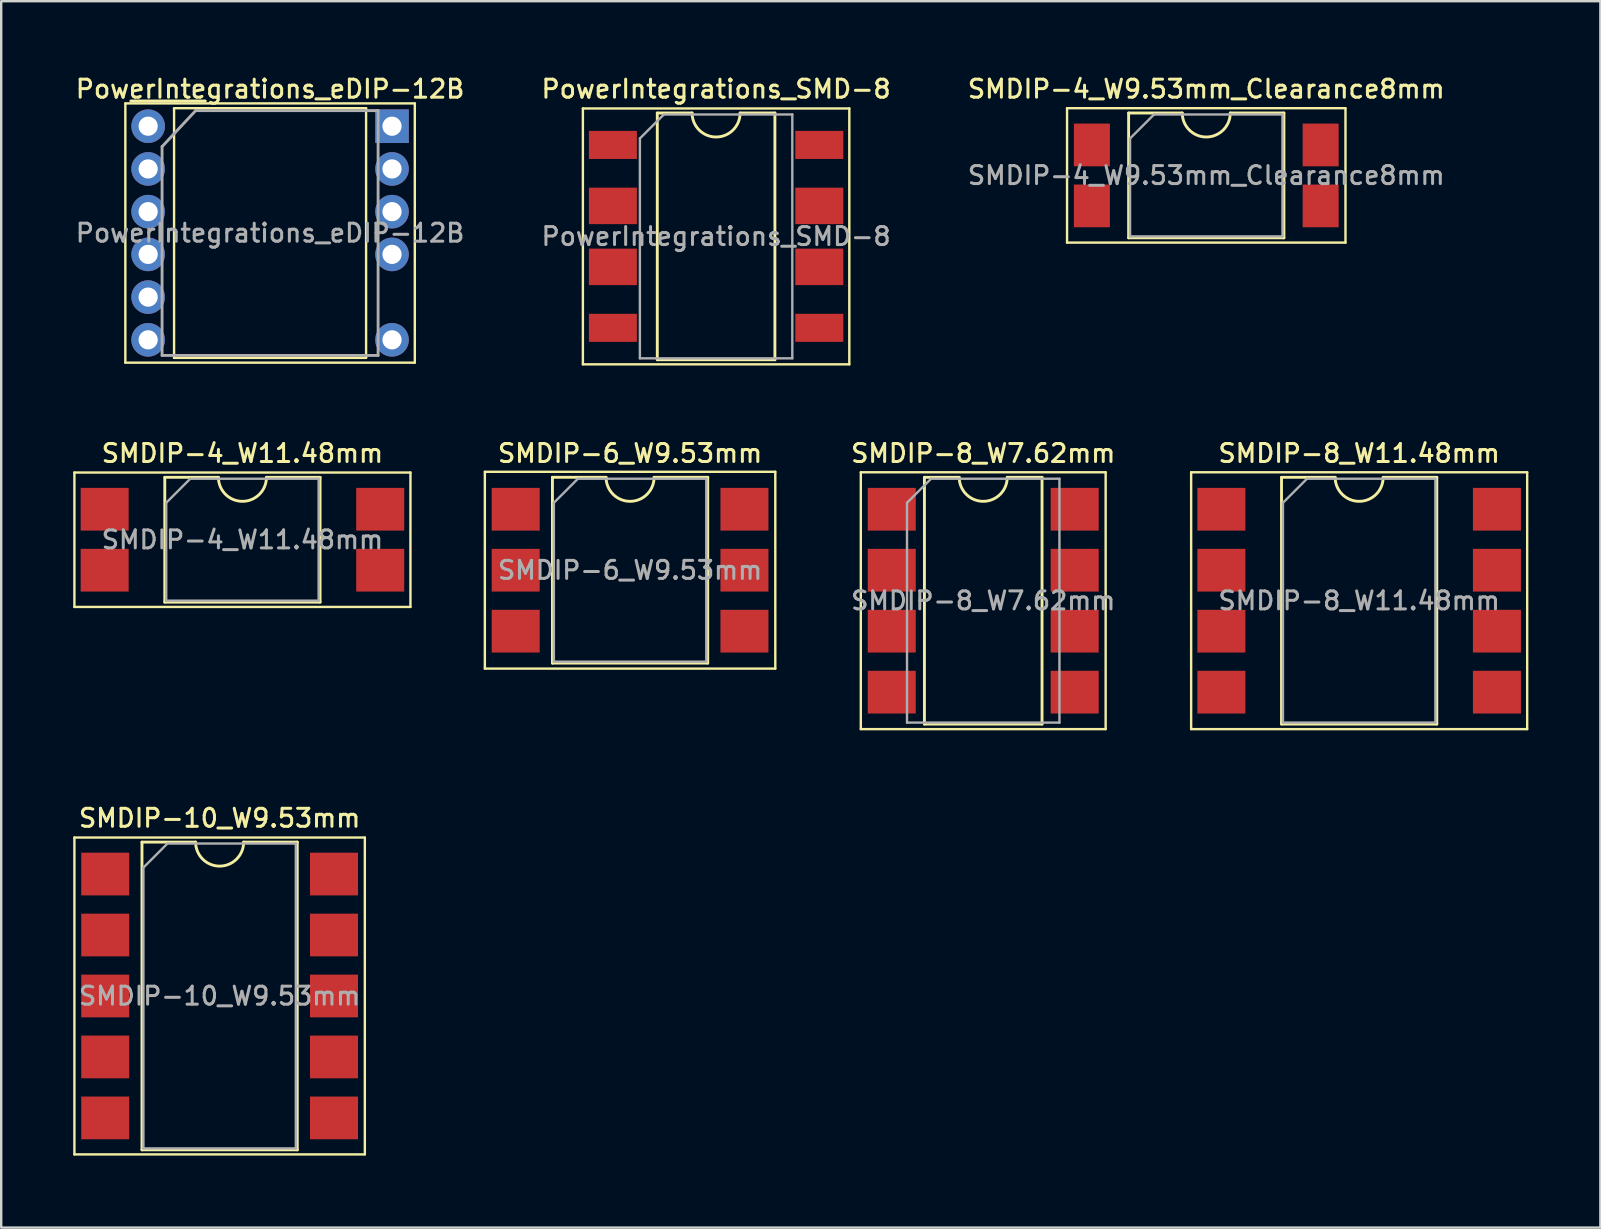
<source format=kicad_pcb>
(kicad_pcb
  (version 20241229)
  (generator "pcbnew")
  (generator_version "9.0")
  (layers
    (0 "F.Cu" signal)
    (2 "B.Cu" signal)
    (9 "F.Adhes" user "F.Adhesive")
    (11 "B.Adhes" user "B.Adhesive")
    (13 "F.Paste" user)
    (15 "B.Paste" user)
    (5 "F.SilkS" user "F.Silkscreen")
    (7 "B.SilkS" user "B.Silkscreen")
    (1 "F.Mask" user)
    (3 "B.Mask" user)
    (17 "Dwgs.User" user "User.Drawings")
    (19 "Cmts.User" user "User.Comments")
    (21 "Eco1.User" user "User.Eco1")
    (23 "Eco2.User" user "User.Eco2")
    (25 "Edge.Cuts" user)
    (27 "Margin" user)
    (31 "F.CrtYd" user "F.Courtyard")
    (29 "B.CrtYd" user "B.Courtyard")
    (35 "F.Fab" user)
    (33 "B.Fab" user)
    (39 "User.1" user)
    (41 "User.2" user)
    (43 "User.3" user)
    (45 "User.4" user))
  (footprint "SMDIP-4_W11.48mm"
    (layer "F.Cu")
    (at 7.05 19.436)
    (property "Reference" "SMDIP-4_W11.48mm" (at 0 -3.6 0) (layer "F.SilkS") (effects (font (size 0.75 0.75) (thickness 0.125))))
    (attr smd)
    (fp_line (start -7 -2.8) (end -7 2.8) (stroke (width 0.1) (type solid)) (layer "F.SilkS"))
    (fp_line (start -7 2.8) (end 7 2.8) (stroke (width 0.1) (type solid)) (layer "F.SilkS"))
    (fp_line (start -3.235 -2.6) (end -3.235 2.6) (stroke (width 0.12) (type solid)) (layer "F.SilkS"))
    (fp_line (start -3.235 2.6) (end 3.235 2.6) (stroke (width 0.12) (type solid)) (layer "F.SilkS"))
    (fp_line (start -1 -2.6) (end -3.235 -2.6) (stroke (width 0.12) (type solid)) (layer "F.SilkS"))
    (fp_line (start 3.235 -2.6) (end 1 -2.6) (stroke (width 0.12) (type solid)) (layer "F.SilkS"))
    (fp_line (start 3.235 2.6) (end 3.235 -2.6) (stroke (width 0.12) (type solid)) (layer "F.SilkS"))
    (fp_line (start 7 -2.8) (end -7 -2.8) (stroke (width 0.1) (type solid)) (layer "F.SilkS"))
    (fp_line (start 7 2.8) (end 7 -2.8) (stroke (width 0.1) (type solid)) (layer "F.SilkS"))
    (fp_arc (start 1 -2.6) (mid 0 -1.6) (end -1 -2.6) (stroke (width 0.12) (type solid)) (layer "F.SilkS"))
    (fp_line (start -3.175 -1.54) (end -2.175 -2.54) (stroke (width 0.1) (type solid)) (layer "F.Fab"))
    (fp_line (start -3.175 2.54) (end -3.175 -1.54) (stroke (width 0.1) (type solid)) (layer "F.Fab"))
    (fp_line (start -2.175 -2.54) (end 3.175 -2.54) (stroke (width 0.1) (type solid)) (layer "F.Fab"))
    (fp_line (start 3.175 -2.54) (end 3.175 2.54) (stroke (width 0.1) (type solid)) (layer "F.Fab"))
    (fp_line (start 3.175 2.54) (end -3.175 2.54) (stroke (width 0.1) (type solid)) (layer "F.Fab"))
    (fp_text user "${REFERENCE}" (at 0 0 0) (layer "F.Fab") (effects (font (size 0.75 0.75) (thickness 0.125))))
    (pad "1" smd rect (at -5.74 -1.27) (size 2 1.78) (layers "F.Cu" "F.Mask" "F.Paste"))
    (pad "2" smd rect (at -5.74 1.27) (size 2 1.78) (layers "F.Cu" "F.Mask" "F.Paste"))
    (pad "3" smd rect (at 5.74 1.27) (size 2 1.78) (layers "F.Cu" "F.Mask" "F.Paste"))
    (pad "4" smd rect (at 5.74 -1.27) (size 2 1.78) (layers "F.Cu" "F.Mask" "F.Paste")))
  (footprint "SMDIP-8_W11.48mm"
    (layer "F.Cu")
    (at 53.575 21.976)
    (property "Reference" "SMDIP-8_W11.48mm" (at 0 -6.14 0) (layer "F.SilkS") (effects (font (size 0.75 0.75) (thickness 0.125))))
    (attr smd)
    (fp_line (start -7 -5.35) (end -7 5.35) (stroke (width 0.1) (type solid)) (layer "F.SilkS"))
    (fp_line (start -7 5.35) (end 7 5.35) (stroke (width 0.1) (type solid)) (layer "F.SilkS"))
    (fp_line (start -3.235 -5.14) (end -3.235 5.14) (stroke (width 0.12) (type solid)) (layer "F.SilkS"))
    (fp_line (start -3.235 5.14) (end 3.235 5.14) (stroke (width 0.12) (type solid)) (layer "F.SilkS"))
    (fp_line (start -1 -5.14) (end -3.235 -5.14) (stroke (width 0.12) (type solid)) (layer "F.SilkS"))
    (fp_line (start 3.235 -5.14) (end 1 -5.14) (stroke (width 0.12) (type solid)) (layer "F.SilkS"))
    (fp_line (start 3.235 5.14) (end 3.235 -5.14) (stroke (width 0.12) (type solid)) (layer "F.SilkS"))
    (fp_line (start 7 -5.35) (end -7 -5.35) (stroke (width 0.1) (type solid)) (layer "F.SilkS"))
    (fp_line (start 7 5.35) (end 7 -5.35) (stroke (width 0.1) (type solid)) (layer "F.SilkS"))
    (fp_arc (start 1 -5.14) (mid 0 -4.14) (end -1 -5.14) (stroke (width 0.12) (type solid)) (layer "F.SilkS"))
    (fp_line (start -3.175 -4.08) (end -2.175 -5.08) (stroke (width 0.1) (type solid)) (layer "F.Fab"))
    (fp_line (start -3.175 5.08) (end -3.175 -4.08) (stroke (width 0.1) (type solid)) (layer "F.Fab"))
    (fp_line (start -2.175 -5.08) (end 3.175 -5.08) (stroke (width 0.1) (type solid)) (layer "F.Fab"))
    (fp_line (start 3.175 -5.08) (end 3.175 5.08) (stroke (width 0.1) (type solid)) (layer "F.Fab"))
    (fp_line (start 3.175 5.08) (end -3.175 5.08) (stroke (width 0.1) (type solid)) (layer "F.Fab"))
    (fp_text user "${REFERENCE}" (at 0 0 0) (layer "F.Fab") (effects (font (size 0.75 0.75) (thickness 0.125))))
    (pad "1" smd rect (at -5.74 -3.81) (size 2 1.78) (layers "F.Cu" "F.Mask" "F.Paste"))
    (pad "2" smd rect (at -5.74 -1.27) (size 2 1.78) (layers "F.Cu" "F.Mask" "F.Paste"))
    (pad "3" smd rect (at -5.74 1.27) (size 2 1.78) (layers "F.Cu" "F.Mask" "F.Paste"))
    (pad "4" smd rect (at -5.74 3.81) (size 2 1.78) (layers "F.Cu" "F.Mask" "F.Paste"))
    (pad "5" smd rect (at 5.74 3.81) (size 2 1.78) (layers "F.Cu" "F.Mask" "F.Paste"))
    (pad "6" smd rect (at 5.74 1.27) (size 2 1.78) (layers "F.Cu" "F.Mask" "F.Paste"))
    (pad "7" smd rect (at 5.74 -1.27) (size 2 1.78) (layers "F.Cu" "F.Mask" "F.Paste"))
    (pad "8" smd rect (at 5.74 -3.81) (size 2 1.78) (layers "F.Cu" "F.Mask" "F.Paste")))
  (footprint "SMDIP-8_W7.62mm"
    (layer "F.Cu")
    (at 37.913 21.976)
    (property "Reference" "SMDIP-8_W7.62mm" (at 0 -6.14 0) (layer "F.SilkS") (effects (font (size 0.75 0.75) (thickness 0.125))))
    (attr smd)
    (fp_line (start -5.1 -5.35) (end -5.1 5.35) (stroke (width 0.1) (type solid)) (layer "F.SilkS"))
    (fp_line (start -5.1 5.35) (end 5.1 5.35) (stroke (width 0.1) (type solid)) (layer "F.SilkS"))
    (fp_line (start -2.45 -5.14) (end -2.45 5.14) (stroke (width 0.12) (type solid)) (layer "F.SilkS"))
    (fp_line (start -2.45 5.14) (end 2.45 5.14) (stroke (width 0.12) (type solid)) (layer "F.SilkS"))
    (fp_line (start -1 -5.14) (end -2.45 -5.14) (stroke (width 0.12) (type solid)) (layer "F.SilkS"))
    (fp_line (start 2.45 -5.14) (end 1 -5.14) (stroke (width 0.12) (type solid)) (layer "F.SilkS"))
    (fp_line (start 2.45 5.14) (end 2.45 -5.14) (stroke (width 0.12) (type solid)) (layer "F.SilkS"))
    (fp_line (start 5.1 -5.35) (end -5.1 -5.35) (stroke (width 0.1) (type solid)) (layer "F.SilkS"))
    (fp_line (start 5.1 5.35) (end 5.1 -5.35) (stroke (width 0.1) (type solid)) (layer "F.SilkS"))
    (fp_arc (start 1 -5.14) (mid 0 -4.14) (end -1 -5.14) (stroke (width 0.12) (type solid)) (layer "F.SilkS"))
    (fp_line (start -3.175 -4.08) (end -2.175 -5.08) (stroke (width 0.1) (type solid)) (layer "F.Fab"))
    (fp_line (start -3.175 5.08) (end -3.175 -4.08) (stroke (width 0.1) (type solid)) (layer "F.Fab"))
    (fp_line (start -2.175 -5.08) (end 3.175 -5.08) (stroke (width 0.1) (type solid)) (layer "F.Fab"))
    (fp_line (start 3.175 -5.08) (end 3.175 5.08) (stroke (width 0.1) (type solid)) (layer "F.Fab"))
    (fp_line (start 3.175 5.08) (end -3.175 5.08) (stroke (width 0.1) (type solid)) (layer "F.Fab"))
    (fp_text user "${REFERENCE}" (at 0 0 0) (layer "F.Fab") (effects (font (size 0.75 0.75) (thickness 0.125))))
    (pad "1" smd rect (at -3.81 -3.81) (size 2 1.78) (layers "F.Cu" "F.Mask" "F.Paste"))
    (pad "2" smd rect (at -3.81 -1.27) (size 2 1.78) (layers "F.Cu" "F.Mask" "F.Paste"))
    (pad "3" smd rect (at -3.81 1.27) (size 2 1.78) (layers "F.Cu" "F.Mask" "F.Paste"))
    (pad "4" smd rect (at -3.81 3.81) (size 2 1.78) (layers "F.Cu" "F.Mask" "F.Paste"))
    (pad "5" smd rect (at 3.81 3.81) (size 2 1.78) (layers "F.Cu" "F.Mask" "F.Paste"))
    (pad "6" smd rect (at 3.81 1.27) (size 2 1.78) (layers "F.Cu" "F.Mask" "F.Paste"))
    (pad "7" smd rect (at 3.81 -1.27) (size 2 1.78) (layers "F.Cu" "F.Mask" "F.Paste"))
    (pad "8" smd rect (at 3.81 -3.81) (size 2 1.78) (layers "F.Cu" "F.Mask" "F.Paste")))
  (footprint "PowerIntegrations_eDIP-12B"
    (layer "F.Cu")
    (at 13.282 2.208)
    (property "Reference" "PowerIntegrations_eDIP-12B" (at -5.08 -1.55 0) (layer "F.SilkS") (effects (font (size 0.75 0.75) (thickness 0.125))))
    (attr through_hole)
    (fp_line (start -11.11 -0.95) (end -11.11 9.85) (stroke (width 0.1) (type solid)) (layer "F.SilkS"))
    (fp_line (start -11.11 -0.95) (end 0.95 -0.95) (stroke (width 0.1) (type solid)) (layer "F.SilkS"))
    (fp_line (start -10.88 -1.05) (end -7.78 -1.05) (stroke (width 0.12) (type solid)) (layer "F.SilkS"))
    (fp_line (start -9.08 -0.75) (end -9.08 9.65) (stroke (width 0.1) (type solid)) (layer "F.SilkS"))
    (fp_line (start -9.08 9.65) (end -1.08 9.65) (stroke (width 0.1) (type solid)) (layer "F.SilkS"))
    (fp_line (start -1.08 -0.75) (end -9.08 -0.75) (stroke (width 0.1) (type solid)) (layer "F.SilkS"))
    (fp_line (start -1.08 9.65) (end -1.08 -0.75) (stroke (width 0.1) (type solid)) (layer "F.SilkS"))
    (fp_line (start 0.95 9.85) (end -11.11 9.85) (stroke (width 0.1) (type solid)) (layer "F.SilkS"))
    (fp_line (start 0.95 9.85) (end 0.95 -0.95) (stroke (width 0.1) (type solid)) (layer "F.SilkS"))
    (fp_line (start -9.58 0.85) (end -9.58 9.55) (stroke (width 0.12) (type solid)) (layer "F.Fab"))
    (fp_line (start -9.58 9.55) (end -0.58 9.55) (stroke (width 0.12) (type solid)) (layer "F.Fab"))
    (fp_line (start -8.18 -0.65) (end -9.58 0.85) (stroke (width 0.12) (type solid)) (layer "F.Fab"))
    (fp_line (start -0.58 -0.65) (end -8.18 -0.65) (stroke (width 0.12) (type solid)) (layer "F.Fab"))
    (fp_line (start -0.58 9.55) (end -0.58 -0.65) (stroke (width 0.12) (type solid)) (layer "F.Fab"))
    (fp_text user "${REFERENCE}" (at -5.08 4.45 0) (layer "F.Fab") (effects (font (size 0.75 0.75) (thickness 0.125))))
    (pad "1" thru_hole rect (at 0 0) (size 1.4 1.4) (drill 0.8) (layers "*.Cu" "*.Mask"))
    (pad "2" thru_hole oval (at 0 1.78) (size 1.4 1.4) (drill 0.8) (layers "*.Cu" "*.Mask"))
    (pad "3" thru_hole oval (at 0 3.56) (size 1.4 1.4) (drill 0.8) (layers "*.Cu" "*.Mask"))
    (pad "4" thru_hole oval (at 0 5.34) (size 1.4 1.4) (drill 0.8) (layers "*.Cu" "*.Mask"))
    (pad "6" thru_hole oval (at 0 8.9) (size 1.4 1.4) (drill 0.8) (layers "*.Cu" "*.Mask"))
    (pad "7" thru_hole oval (at -10.16 8.9) (size 1.4 1.4) (drill 0.8) (layers "*.Cu" "*.Mask"))
    (pad "8" thru_hole oval (at -10.16 7.12) (size 1.4 1.4) (drill 0.8) (layers "*.Cu" "*.Mask"))
    (pad "9" thru_hole oval (at -10.16 5.34) (size 1.4 1.4) (drill 0.8) (layers "*.Cu" "*.Mask"))
    (pad "10" thru_hole oval (at -10.16 3.56) (size 1.4 1.4) (drill 0.8) (layers "*.Cu" "*.Mask"))
    (pad "11" thru_hole oval (at -10.16 1.78) (size 1.4 1.4) (drill 0.8) (layers "*.Cu" "*.Mask"))
    (pad "12" thru_hole circle (at -10.16 0) (size 1.4 1.4) (drill 0.8) (layers "*.Cu" "*.Mask")))
  (footprint "SMDIP-10_W9.53mm"
    (layer "F.Cu")
    (at 6.1 38.444)
    (property "Reference" "SMDIP-10_W9.53mm" (at 0 -7.41 0) (layer "F.SilkS") (effects (font (size 0.75 0.75) (thickness 0.125))))
    (attr smd)
    (fp_line (start -6.05 -6.6) (end -6.05 6.6) (stroke (width 0.1) (type solid)) (layer "F.SilkS"))
    (fp_line (start -6.05 6.6) (end 6.05 6.6) (stroke (width 0.1) (type solid)) (layer "F.SilkS"))
    (fp_line (start -3.235 -6.41) (end -3.235 6.41) (stroke (width 0.12) (type solid)) (layer "F.SilkS"))
    (fp_line (start -3.235 6.41) (end 3.235 6.41) (stroke (width 0.12) (type solid)) (layer "F.SilkS"))
    (fp_line (start -1 -6.41) (end -3.235 -6.41) (stroke (width 0.12) (type solid)) (layer "F.SilkS"))
    (fp_line (start 3.235 -6.41) (end 1 -6.41) (stroke (width 0.12) (type solid)) (layer "F.SilkS"))
    (fp_line (start 3.235 6.41) (end 3.235 -6.41) (stroke (width 0.12) (type solid)) (layer "F.SilkS"))
    (fp_line (start 6.05 -6.6) (end -6.05 -6.6) (stroke (width 0.1) (type solid)) (layer "F.SilkS"))
    (fp_line (start 6.05 6.6) (end 6.05 -6.6) (stroke (width 0.1) (type solid)) (layer "F.SilkS"))
    (fp_arc (start 1 -6.41) (mid 0 -5.41) (end -1 -6.41) (stroke (width 0.12) (type solid)) (layer "F.SilkS"))
    (fp_line (start -3.175 -5.35) (end -2.175 -6.35) (stroke (width 0.1) (type solid)) (layer "F.Fab"))
    (fp_line (start -3.175 6.35) (end -3.175 -5.35) (stroke (width 0.1) (type solid)) (layer "F.Fab"))
    (fp_line (start -2.175 -6.35) (end 3.175 -6.35) (stroke (width 0.1) (type solid)) (layer "F.Fab"))
    (fp_line (start 3.175 -6.35) (end 3.175 6.35) (stroke (width 0.1) (type solid)) (layer "F.Fab"))
    (fp_line (start 3.175 6.35) (end -3.175 6.35) (stroke (width 0.1) (type solid)) (layer "F.Fab"))
    (fp_text user "${REFERENCE}" (at 0 0 0) (layer "F.Fab") (effects (font (size 0.75 0.75) (thickness 0.125))))
    (pad "1" smd rect (at -4.765 -5.08) (size 2 1.78) (layers "F.Cu" "F.Mask" "F.Paste"))
    (pad "2" smd rect (at -4.765 -2.54) (size 2 1.78) (layers "F.Cu" "F.Mask" "F.Paste"))
    (pad "3" smd rect (at -4.765 0) (size 2 1.78) (layers "F.Cu" "F.Mask" "F.Paste"))
    (pad "4" smd rect (at -4.765 2.54) (size 2 1.78) (layers "F.Cu" "F.Mask" "F.Paste"))
    (pad "5" smd rect (at -4.765 5.08) (size 2 1.78) (layers "F.Cu" "F.Mask" "F.Paste"))
    (pad "6" smd rect (at 4.765 5.08) (size 2 1.78) (layers "F.Cu" "F.Mask" "F.Paste"))
    (pad "7" smd rect (at 4.765 2.54) (size 2 1.78) (layers "F.Cu" "F.Mask" "F.Paste"))
    (pad "8" smd rect (at 4.765 0) (size 2 1.78) (layers "F.Cu" "F.Mask" "F.Paste"))
    (pad "9" smd rect (at 4.765 -2.54) (size 2 1.78) (layers "F.Cu" "F.Mask" "F.Paste"))
    (pad "10" smd rect (at 4.765 -5.08) (size 2 1.78) (layers "F.Cu" "F.Mask" "F.Paste")))
  (footprint "SMDIP-6_W9.53mm"
    (layer "F.Cu")
    (at 23.2 20.706)
    (property "Reference" "SMDIP-6_W9.53mm" (at 0 -4.87 0) (layer "F.SilkS") (effects (font (size 0.75 0.75) (thickness 0.125))))
    (attr smd)
    (fp_line (start -6.05 -4.1) (end -6.05 4.1) (stroke (width 0.1) (type solid)) (layer "F.SilkS"))
    (fp_line (start -6.05 4.1) (end 6.05 4.1) (stroke (width 0.1) (type solid)) (layer "F.SilkS"))
    (fp_line (start -3.235 -3.87) (end -3.235 3.87) (stroke (width 0.12) (type solid)) (layer "F.SilkS"))
    (fp_line (start -3.235 3.87) (end 3.235 3.87) (stroke (width 0.12) (type solid)) (layer "F.SilkS"))
    (fp_line (start -1 -3.87) (end -3.235 -3.87) (stroke (width 0.12) (type solid)) (layer "F.SilkS"))
    (fp_line (start 3.235 -3.87) (end 1 -3.87) (stroke (width 0.12) (type solid)) (layer "F.SilkS"))
    (fp_line (start 3.235 3.87) (end 3.235 -3.87) (stroke (width 0.12) (type solid)) (layer "F.SilkS"))
    (fp_line (start 6.05 -4.1) (end -6.05 -4.1) (stroke (width 0.1) (type solid)) (layer "F.SilkS"))
    (fp_line (start 6.05 4.1) (end 6.05 -4.1) (stroke (width 0.1) (type solid)) (layer "F.SilkS"))
    (fp_arc (start 1 -3.87) (mid 0 -2.87) (end -1 -3.87) (stroke (width 0.12) (type solid)) (layer "F.SilkS"))
    (fp_line (start -3.175 -2.81) (end -2.175 -3.81) (stroke (width 0.1) (type solid)) (layer "F.Fab"))
    (fp_line (start -3.175 3.81) (end -3.175 -2.81) (stroke (width 0.1) (type solid)) (layer "F.Fab"))
    (fp_line (start -2.175 -3.81) (end 3.175 -3.81) (stroke (width 0.1) (type solid)) (layer "F.Fab"))
    (fp_line (start 3.175 -3.81) (end 3.175 3.81) (stroke (width 0.1) (type solid)) (layer "F.Fab"))
    (fp_line (start 3.175 3.81) (end -3.175 3.81) (stroke (width 0.1) (type solid)) (layer "F.Fab"))
    (fp_text user "${REFERENCE}" (at 0 0 0) (layer "F.Fab") (effects (font (size 0.75 0.75) (thickness 0.125))))
    (pad "1" smd rect (at -4.765 -2.54) (size 2 1.78) (layers "F.Cu" "F.Mask" "F.Paste"))
    (pad "2" smd rect (at -4.765 0) (size 2 1.78) (layers "F.Cu" "F.Mask" "F.Paste"))
    (pad "3" smd rect (at -4.765 2.54) (size 2 1.78) (layers "F.Cu" "F.Mask" "F.Paste"))
    (pad "4" smd rect (at 4.765 2.54) (size 2 1.78) (layers "F.Cu" "F.Mask" "F.Paste"))
    (pad "5" smd rect (at 4.765 0) (size 2 1.78) (layers "F.Cu" "F.Mask" "F.Paste"))
    (pad "6" smd rect (at 4.765 -2.54) (size 2 1.78) (layers "F.Cu" "F.Mask" "F.Paste")))
  (footprint "PowerIntegrations_SMD-8"
    (layer "F.Cu")
    (at 26.784 6.798)
    (property "Reference" "PowerIntegrations_SMD-8" (at 0 -6.14 0) (layer "F.SilkS") (effects (font (size 0.75 0.75) (thickness 0.125))))
    (attr smd)
    (fp_line (start -5.55 -5.33) (end -5.55 5.33) (stroke (width 0.1) (type solid)) (layer "F.SilkS"))
    (fp_line (start -5.55 -5.33) (end 5.55 -5.33) (stroke (width 0.1) (type solid)) (layer "F.SilkS"))
    (fp_line (start -2.45 -5.14) (end -2.45 5.14) (stroke (width 0.12) (type solid)) (layer "F.SilkS"))
    (fp_line (start -2.45 5.14) (end 2.45 5.14) (stroke (width 0.12) (type solid)) (layer "F.SilkS"))
    (fp_line (start -1 -5.14) (end -2.45 -5.14) (stroke (width 0.12) (type solid)) (layer "F.SilkS"))
    (fp_line (start 2.45 -5.14) (end 1 -5.14) (stroke (width 0.12) (type solid)) (layer "F.SilkS"))
    (fp_line (start 2.45 5.14) (end 2.45 -5.14) (stroke (width 0.12) (type solid)) (layer "F.SilkS"))
    (fp_line (start 5.55 5.33) (end -5.55 5.33) (stroke (width 0.1) (type solid)) (layer "F.SilkS"))
    (fp_line (start 5.55 5.33) (end 5.55 -5.33) (stroke (width 0.1) (type solid)) (layer "F.SilkS"))
    (fp_arc (start 1 -5.14) (mid 0 -4.14) (end -1 -5.14) (stroke (width 0.12) (type solid)) (layer "F.SilkS"))
    (fp_line (start -3.175 -4.08) (end -2.175 -5.08) (stroke (width 0.1) (type solid)) (layer "F.Fab"))
    (fp_line (start -3.175 5.08) (end -3.175 -4.08) (stroke (width 0.1) (type solid)) (layer "F.Fab"))
    (fp_line (start -2.175 -5.08) (end 3.175 -5.08) (stroke (width 0.1) (type solid)) (layer "F.Fab"))
    (fp_line (start 3.175 -5.08) (end 3.175 5.08) (stroke (width 0.1) (type solid)) (layer "F.Fab"))
    (fp_line (start 3.175 5.08) (end -3.175 5.08) (stroke (width 0.1) (type solid)) (layer "F.Fab"))
    (fp_text user "${REFERENCE}" (at 0 0 0) (layer "F.Fab") (effects (font (size 0.75 0.75) (thickness 0.125))))
    (pad "1" smd rect (at -4.3 -3.81) (size 2 1.17) (layers "F.Cu" "F.Mask" "F.Paste"))
    (pad "2" smd rect (at -4.3 -1.27) (size 2 1.52) (layers "F.Cu" "F.Mask" "F.Paste"))
    (pad "3" smd rect (at -4.3 1.27) (size 2 1.52) (layers "F.Cu" "F.Mask" "F.Paste"))
    (pad "4" smd rect (at -4.3 3.81) (size 2 1.17) (layers "F.Cu" "F.Mask" "F.Paste"))
    (pad "5" smd rect (at 4.3 3.81) (size 2 1.17) (layers "F.Cu" "F.Mask" "F.Paste"))
    (pad "6" smd rect (at 4.3 1.27) (size 2 1.52) (layers "F.Cu" "F.Mask" "F.Paste"))
    (pad "7" smd rect (at 4.3 -1.27) (size 2 1.52) (layers "F.Cu" "F.Mask" "F.Paste"))
    (pad "8" smd rect (at 4.3 -3.81) (size 2 1.17) (layers "F.Cu" "F.Mask" "F.Paste")))
  (footprint "SMDIP-4_W9.53mm_Clearance8mm"
    (layer "F.Cu")
    (at 47.205 4.258)
    (property "Reference" "SMDIP-4_W9.53mm_Clearance8mm" (at 0 -3.6 0) (layer "F.SilkS") (effects (font (size 0.75 0.75) (thickness 0.125))))
    (attr smd)
    (fp_line (start -5.8 -2.8) (end -5.8 2.8) (stroke (width 0.1) (type solid)) (layer "F.SilkS"))
    (fp_line (start -5.8 2.8) (end 5.8 2.8) (stroke (width 0.1) (type solid)) (layer "F.SilkS"))
    (fp_line (start -3.235 -2.6) (end -3.235 2.6) (stroke (width 0.12) (type solid)) (layer "F.SilkS"))
    (fp_line (start -3.235 2.6) (end 3.235 2.6) (stroke (width 0.12) (type solid)) (layer "F.SilkS"))
    (fp_line (start -1 -2.6) (end -3.235 -2.6) (stroke (width 0.12) (type solid)) (layer "F.SilkS"))
    (fp_line (start 3.235 -2.6) (end 1 -2.6) (stroke (width 0.12) (type solid)) (layer "F.SilkS"))
    (fp_line (start 3.235 2.6) (end 3.235 -2.6) (stroke (width 0.12) (type solid)) (layer "F.SilkS"))
    (fp_line (start 5.8 -2.8) (end -5.8 -2.8) (stroke (width 0.1) (type solid)) (layer "F.SilkS"))
    (fp_line (start 5.8 2.8) (end 5.8 -2.8) (stroke (width 0.1) (type solid)) (layer "F.SilkS"))
    (fp_arc (start 1 -2.6) (mid 0 -1.6) (end -1 -2.6) (stroke (width 0.12) (type solid)) (layer "F.SilkS"))
    (fp_line (start -3.175 -1.54) (end -2.175 -2.54) (stroke (width 0.1) (type solid)) (layer "F.Fab"))
    (fp_line (start -3.175 2.54) (end -3.175 -1.54) (stroke (width 0.1) (type solid)) (layer "F.Fab"))
    (fp_line (start -2.175 -2.54) (end 3.175 -2.54) (stroke (width 0.1) (type solid)) (layer "F.Fab"))
    (fp_line (start 3.175 -2.54) (end 3.175 2.54) (stroke (width 0.1) (type solid)) (layer "F.Fab"))
    (fp_line (start 3.175 2.54) (end -3.175 2.54) (stroke (width 0.1) (type solid)) (layer "F.Fab"))
    (fp_text user "${REFERENCE}" (at 0 0 0) (layer "F.Fab") (effects (font (size 0.75 0.75) (thickness 0.125))))
    (pad "1" smd rect (at -4.765 -1.27) (size 1.5 1.78) (layers "F.Cu" "F.Mask" "F.Paste"))
    (pad "2" smd rect (at -4.765 1.27) (size 1.5 1.78) (layers "F.Cu" "F.Mask" "F.Paste"))
    (pad "3" smd rect (at 4.765 1.27) (size 1.5 1.78) (layers "F.Cu" "F.Mask" "F.Paste"))
    (pad "4" smd rect (at 4.765 -1.27) (size 1.5 1.78) (layers "F.Cu" "F.Mask" "F.Paste")))
  (gr_rect
    (start -3 -3)
    (end 63.625 48.094)
    (stroke (width 0.1) (type default))
    (fill no)
    (layer "Edge.Cuts")))
</source>
